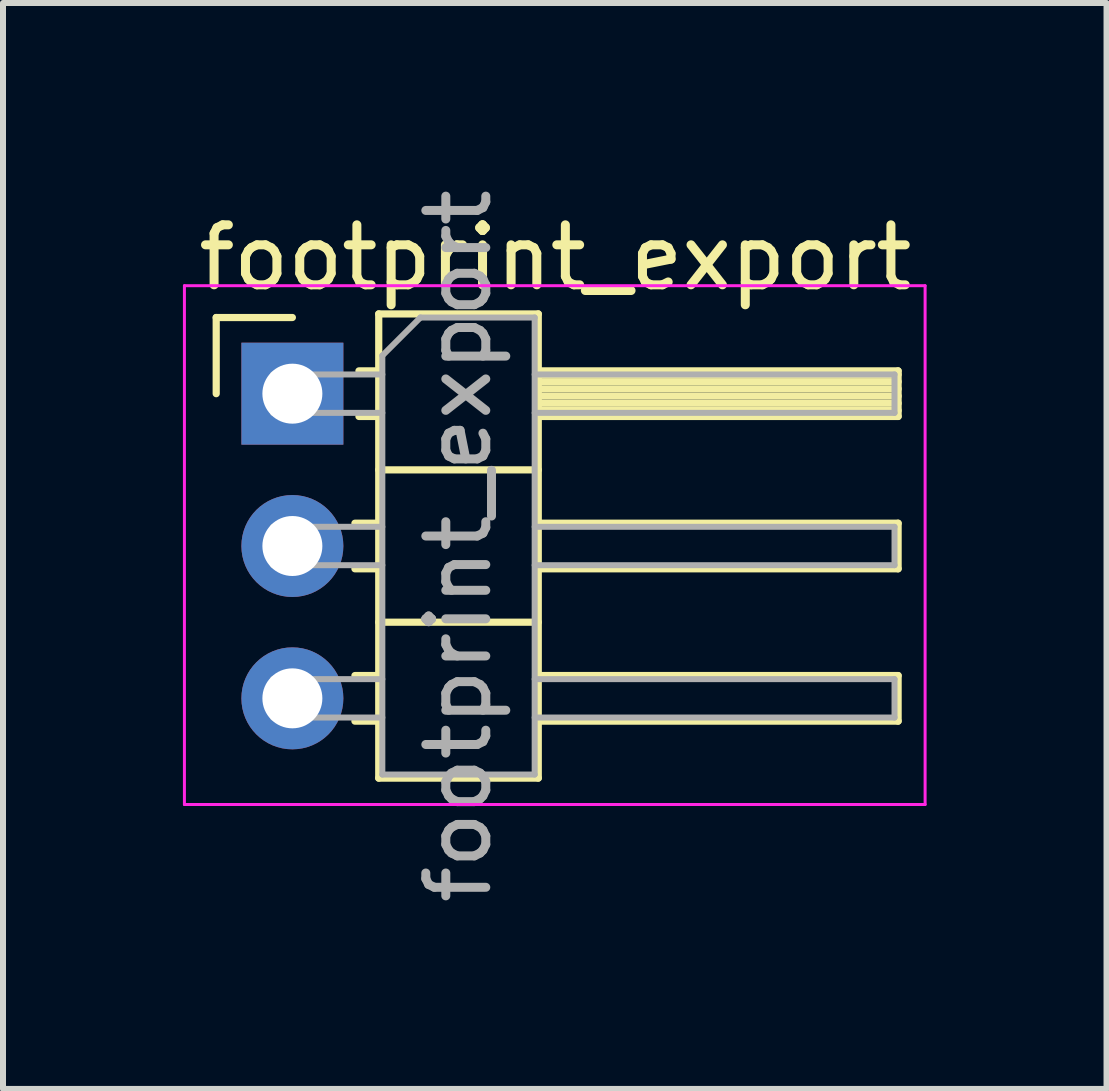
<source format=kicad_pcb>
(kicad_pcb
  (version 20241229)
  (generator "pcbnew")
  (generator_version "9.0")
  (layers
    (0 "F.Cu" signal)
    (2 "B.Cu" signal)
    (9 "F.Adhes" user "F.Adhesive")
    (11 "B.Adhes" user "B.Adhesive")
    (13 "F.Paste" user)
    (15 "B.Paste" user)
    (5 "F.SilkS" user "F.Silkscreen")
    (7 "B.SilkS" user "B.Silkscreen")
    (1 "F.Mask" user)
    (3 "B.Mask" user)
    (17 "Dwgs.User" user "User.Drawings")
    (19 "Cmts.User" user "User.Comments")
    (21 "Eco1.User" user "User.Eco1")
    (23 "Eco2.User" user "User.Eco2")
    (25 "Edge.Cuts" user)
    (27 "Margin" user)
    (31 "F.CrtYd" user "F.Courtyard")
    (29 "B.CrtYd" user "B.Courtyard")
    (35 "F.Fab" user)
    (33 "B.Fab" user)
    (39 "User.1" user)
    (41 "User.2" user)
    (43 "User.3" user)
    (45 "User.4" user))
  (footprint "footprint_export"
    (layer "F.Cu")
    (at 1.825 3.514)
    (property "Reference" "footprint_export" (at 4.385 -2.27 0) (layer "F.SilkS") (effects (font (size 1 1) (thickness 0.15))))
    (attr through_hole)
    (fp_line (start -1.27 -1.27) (end 0 -1.27) (stroke (width 0.12) (type solid)) (layer "F.SilkS"))
    (fp_line (start -1.27 0) (end -1.27 -1.27) (stroke (width 0.12) (type solid)) (layer "F.SilkS"))
    (fp_line (start 1.043 2.16) (end 1.44 2.16) (stroke (width 0.12) (type solid)) (layer "F.SilkS"))
    (fp_line (start 1.043 2.92) (end 1.44 2.92) (stroke (width 0.12) (type solid)) (layer "F.SilkS"))
    (fp_line (start 1.043 4.7) (end 1.44 4.7) (stroke (width 0.12) (type solid)) (layer "F.SilkS"))
    (fp_line (start 1.043 5.46) (end 1.44 5.46) (stroke (width 0.12) (type solid)) (layer "F.SilkS"))
    (fp_line (start 1.11 -0.38) (end 1.44 -0.38) (stroke (width 0.12) (type solid)) (layer "F.SilkS"))
    (fp_line (start 1.11 0.38) (end 1.44 0.38) (stroke (width 0.12) (type solid)) (layer "F.SilkS"))
    (fp_line (start 1.44 -1.33) (end 1.44 6.41) (stroke (width 0.12) (type solid)) (layer "F.SilkS"))
    (fp_line (start 1.44 1.27) (end 4.1 1.27) (stroke (width 0.12) (type solid)) (layer "F.SilkS"))
    (fp_line (start 1.44 3.81) (end 4.1 3.81) (stroke (width 0.12) (type solid)) (layer "F.SilkS"))
    (fp_line (start 1.44 6.41) (end 4.1 6.41) (stroke (width 0.12) (type solid)) (layer "F.SilkS"))
    (fp_line (start 4.1 -1.33) (end 1.44 -1.33) (stroke (width 0.12) (type solid)) (layer "F.SilkS"))
    (fp_line (start 4.1 -0.38) (end 10.1 -0.38) (stroke (width 0.12) (type solid)) (layer "F.SilkS"))
    (fp_line (start 4.1 -0.32) (end 10.1 -0.32) (stroke (width 0.12) (type solid)) (layer "F.SilkS"))
    (fp_line (start 4.1 -0.2) (end 10.1 -0.2) (stroke (width 0.12) (type solid)) (layer "F.SilkS"))
    (fp_line (start 4.1 -0.08) (end 10.1 -0.08) (stroke (width 0.12) (type solid)) (layer "F.SilkS"))
    (fp_line (start 4.1 0.04) (end 10.1 0.04) (stroke (width 0.12) (type solid)) (layer "F.SilkS"))
    (fp_line (start 4.1 0.16) (end 10.1 0.16) (stroke (width 0.12) (type solid)) (layer "F.SilkS"))
    (fp_line (start 4.1 0.28) (end 10.1 0.28) (stroke (width 0.12) (type solid)) (layer "F.SilkS"))
    (fp_line (start 4.1 2.16) (end 10.1 2.16) (stroke (width 0.12) (type solid)) (layer "F.SilkS"))
    (fp_line (start 4.1 4.7) (end 10.1 4.7) (stroke (width 0.12) (type solid)) (layer "F.SilkS"))
    (fp_line (start 4.1 6.41) (end 4.1 -1.33) (stroke (width 0.12) (type solid)) (layer "F.SilkS"))
    (fp_line (start 10.1 -0.38) (end 10.1 0.38) (stroke (width 0.12) (type solid)) (layer "F.SilkS"))
    (fp_line (start 10.1 0.38) (end 4.1 0.38) (stroke (width 0.12) (type solid)) (layer "F.SilkS"))
    (fp_line (start 10.1 2.16) (end 10.1 2.92) (stroke (width 0.12) (type solid)) (layer "F.SilkS"))
    (fp_line (start 10.1 2.92) (end 4.1 2.92) (stroke (width 0.12) (type solid)) (layer "F.SilkS"))
    (fp_line (start 10.1 4.7) (end 10.1 5.46) (stroke (width 0.12) (type solid)) (layer "F.SilkS"))
    (fp_line (start 10.1 5.46) (end 4.1 5.46) (stroke (width 0.12) (type solid)) (layer "F.SilkS"))
    (fp_line (start -1.8 -1.8) (end -1.8 6.85) (stroke (width 0.05) (type solid)) (layer "F.CrtYd"))
    (fp_line (start -1.8 6.85) (end 10.55 6.85) (stroke (width 0.05) (type solid)) (layer "F.CrtYd"))
    (fp_line (start 10.55 -1.8) (end -1.8 -1.8) (stroke (width 0.05) (type solid)) (layer "F.CrtYd"))
    (fp_line (start 10.55 6.85) (end 10.55 -1.8) (stroke (width 0.05) (type solid)) (layer "F.CrtYd"))
    (fp_line (start -0.32 -0.32) (end -0.32 0.32) (stroke (width 0.1) (type solid)) (layer "F.Fab"))
    (fp_line (start -0.32 -0.32) (end 1.5 -0.32) (stroke (width 0.1) (type solid)) (layer "F.Fab"))
    (fp_line (start -0.32 0.32) (end 1.5 0.32) (stroke (width 0.1) (type solid)) (layer "F.Fab"))
    (fp_line (start -0.32 2.22) (end -0.32 2.86) (stroke (width 0.1) (type solid)) (layer "F.Fab"))
    (fp_line (start -0.32 2.22) (end 1.5 2.22) (stroke (width 0.1) (type solid)) (layer "F.Fab"))
    (fp_line (start -0.32 2.86) (end 1.5 2.86) (stroke (width 0.1) (type solid)) (layer "F.Fab"))
    (fp_line (start -0.32 4.76) (end -0.32 5.4) (stroke (width 0.1) (type solid)) (layer "F.Fab"))
    (fp_line (start -0.32 4.76) (end 1.5 4.76) (stroke (width 0.1) (type solid)) (layer "F.Fab"))
    (fp_line (start -0.32 5.4) (end 1.5 5.4) (stroke (width 0.1) (type solid)) (layer "F.Fab"))
    (fp_line (start 1.5 -0.635) (end 2.135 -1.27) (stroke (width 0.1) (type solid)) (layer "F.Fab"))
    (fp_line (start 1.5 6.35) (end 1.5 -0.635) (stroke (width 0.1) (type solid)) (layer "F.Fab"))
    (fp_line (start 2.135 -1.27) (end 4.04 -1.27) (stroke (width 0.1) (type solid)) (layer "F.Fab"))
    (fp_line (start 4.04 -1.27) (end 4.04 6.35) (stroke (width 0.1) (type solid)) (layer "F.Fab"))
    (fp_line (start 4.04 -0.32) (end 10.04 -0.32) (stroke (width 0.1) (type solid)) (layer "F.Fab"))
    (fp_line (start 4.04 0.32) (end 10.04 0.32) (stroke (width 0.1) (type solid)) (layer "F.Fab"))
    (fp_line (start 4.04 2.22) (end 10.04 2.22) (stroke (width 0.1) (type solid)) (layer "F.Fab"))
    (fp_line (start 4.04 2.86) (end 10.04 2.86) (stroke (width 0.1) (type solid)) (layer "F.Fab"))
    (fp_line (start 4.04 4.76) (end 10.04 4.76) (stroke (width 0.1) (type solid)) (layer "F.Fab"))
    (fp_line (start 4.04 5.4) (end 10.04 5.4) (stroke (width 0.1) (type solid)) (layer "F.Fab"))
    (fp_line (start 4.04 6.35) (end 1.5 6.35) (stroke (width 0.1) (type solid)) (layer "F.Fab"))
    (fp_line (start 10.04 -0.32) (end 10.04 0.32) (stroke (width 0.1) (type solid)) (layer "F.Fab"))
    (fp_line (start 10.04 2.22) (end 10.04 2.86) (stroke (width 0.1) (type solid)) (layer "F.Fab"))
    (fp_line (start 10.04 4.76) (end 10.04 5.4) (stroke (width 0.1) (type solid)) (layer "F.Fab"))
    (fp_text user "${REFERENCE}" (at 2.77 2.54 90) (layer "F.Fab") (effects (font (size 1 1) (thickness 0.15))))
    (pad "1" thru_hole rect (at 0 0) (size 1.7 1.7) (drill 1) (layers "*.Cu" "*.Mask"))
    (pad "2" thru_hole oval (at 0 2.54) (size 1.7 1.7) (drill 1) (layers "*.Cu" "*.Mask"))
    (pad "3" thru_hole oval (at 0 5.08) (size 1.7 1.7) (drill 1) (layers "*.Cu" "*.Mask")))
  (gr_rect
    (start -3 -3)
    (end 15.4 15.107)
    (stroke (width 0.1) (type default))
    (fill no)
    (layer "Edge.Cuts")))
</source>
